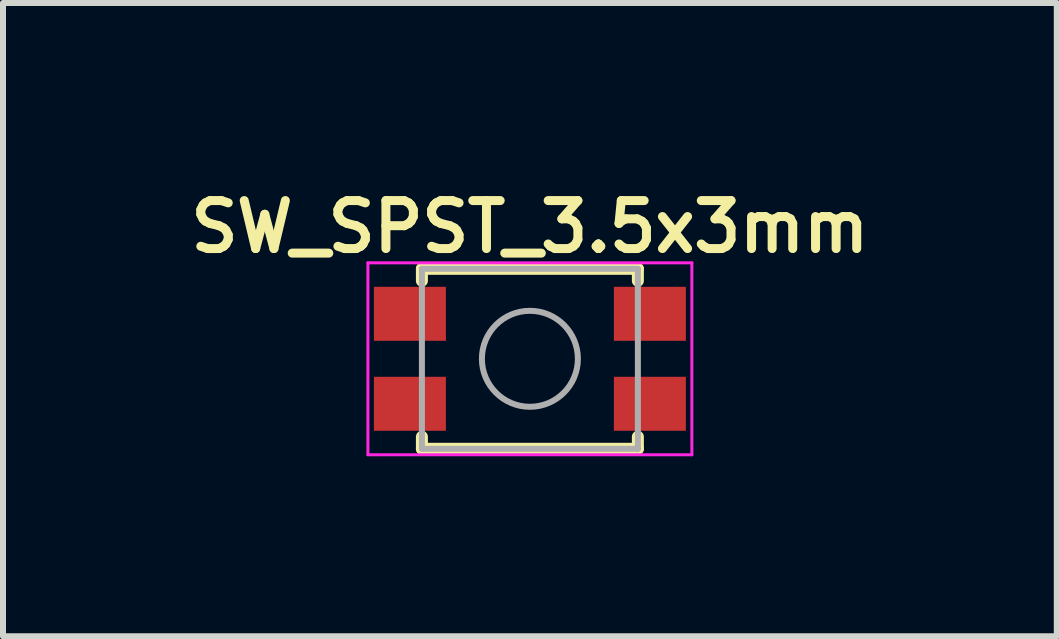
<source format=kicad_pcb>
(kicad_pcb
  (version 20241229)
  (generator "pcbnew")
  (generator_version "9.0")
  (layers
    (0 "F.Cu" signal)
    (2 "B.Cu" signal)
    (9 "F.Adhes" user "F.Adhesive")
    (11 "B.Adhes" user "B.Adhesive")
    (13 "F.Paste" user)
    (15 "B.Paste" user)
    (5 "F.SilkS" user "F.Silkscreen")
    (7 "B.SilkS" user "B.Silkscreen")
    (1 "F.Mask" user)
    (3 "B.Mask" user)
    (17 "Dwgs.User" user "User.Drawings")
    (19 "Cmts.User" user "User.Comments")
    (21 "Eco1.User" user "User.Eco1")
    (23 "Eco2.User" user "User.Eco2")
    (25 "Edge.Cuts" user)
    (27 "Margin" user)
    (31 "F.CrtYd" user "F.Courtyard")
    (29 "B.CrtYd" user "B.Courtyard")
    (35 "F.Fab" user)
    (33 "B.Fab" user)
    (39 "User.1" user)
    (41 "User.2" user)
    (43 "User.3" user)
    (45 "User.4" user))
  (footprint "SW_SPST_3.5x3mm"
    (layer "F.Cu")
    (at 5.783 2.931)
    (property "Reference" "SW_SPST_3.5x3mm" (at 0 -2.2 0) (layer "F.SilkS") (effects (font (size 0.8 0.8) (thickness 0.15))))
    (attr smd)
    (fp_line (start -1.8 -1.5) (end -1.8 -1.3) (stroke (width 0.2) (type solid)) (layer "F.SilkS"))
    (fp_line (start -1.8 1.5) (end -1.8 1.3) (stroke (width 0.2) (type solid)) (layer "F.SilkS"))
    (fp_line (start -1.8 1.5) (end 1.8 1.5) (stroke (width 0.2) (type solid)) (layer "F.SilkS"))
    (fp_line (start 1.8 -1.5) (end -1.8 -1.5) (stroke (width 0.2) (type solid)) (layer "F.SilkS"))
    (fp_line (start 1.8 -1.5) (end 1.8 -1.3) (stroke (width 0.2) (type solid)) (layer "F.SilkS"))
    (fp_line (start 1.8 1.5) (end 1.8 1.3) (stroke (width 0.2) (type solid)) (layer "F.SilkS"))
    (fp_line (start -2.7 -1.6) (end 2.7 -1.6) (stroke (width 0.05) (type solid)) (layer "F.CrtYd"))
    (fp_line (start -2.7 1.6) (end -2.7 -1.6) (stroke (width 0.05) (type solid)) (layer "F.CrtYd"))
    (fp_line (start 2.7 -1.6) (end 2.7 1.6) (stroke (width 0.05) (type solid)) (layer "F.CrtYd"))
    (fp_line (start 2.7 1.6) (end -2.7 1.6) (stroke (width 0.05) (type solid)) (layer "F.CrtYd"))
    (fp_line (start -1.8 -1.5) (end 1.8 -1.5) (stroke (width 0.1) (type solid)) (layer "F.Fab"))
    (fp_line (start -1.8 1.5) (end -1.8 -1.5) (stroke (width 0.1) (type solid)) (layer "F.Fab"))
    (fp_line (start 1.8 -1.5) (end 1.8 1.5) (stroke (width 0.1) (type solid)) (layer "F.Fab"))
    (fp_line (start 1.8 1.5) (end -1.8 1.5) (stroke (width 0.1) (type solid)) (layer "F.Fab"))
    (fp_circle (center 0 0) (end 0 0.8) (stroke (width 0.1) (type solid)) (fill no) (layer "F.Fab"))
    (pad "1" smd rect (at -2 -0.75 90) (size 0.9 1.2) (layers "F.Cu" "F.Mask" "F.Paste"))
    (pad "1" smd rect (at 2 -0.75 90) (size 0.9 1.2) (layers "F.Cu" "F.Mask" "F.Paste"))
    (pad "2" smd rect (at -2 0.75 90) (size 0.9 1.2) (layers "F.Cu" "F.Mask" "F.Paste"))
    (pad "2" smd rect (at 2 0.75 90) (size 0.9 1.2) (layers "F.Cu" "F.Mask" "F.Paste")))
  (gr_rect
    (start -3 -3)
    (end 14.566 7.556)
    (stroke (width 0.1) (type default))
    (fill no)
    (layer "Edge.Cuts")))
</source>
